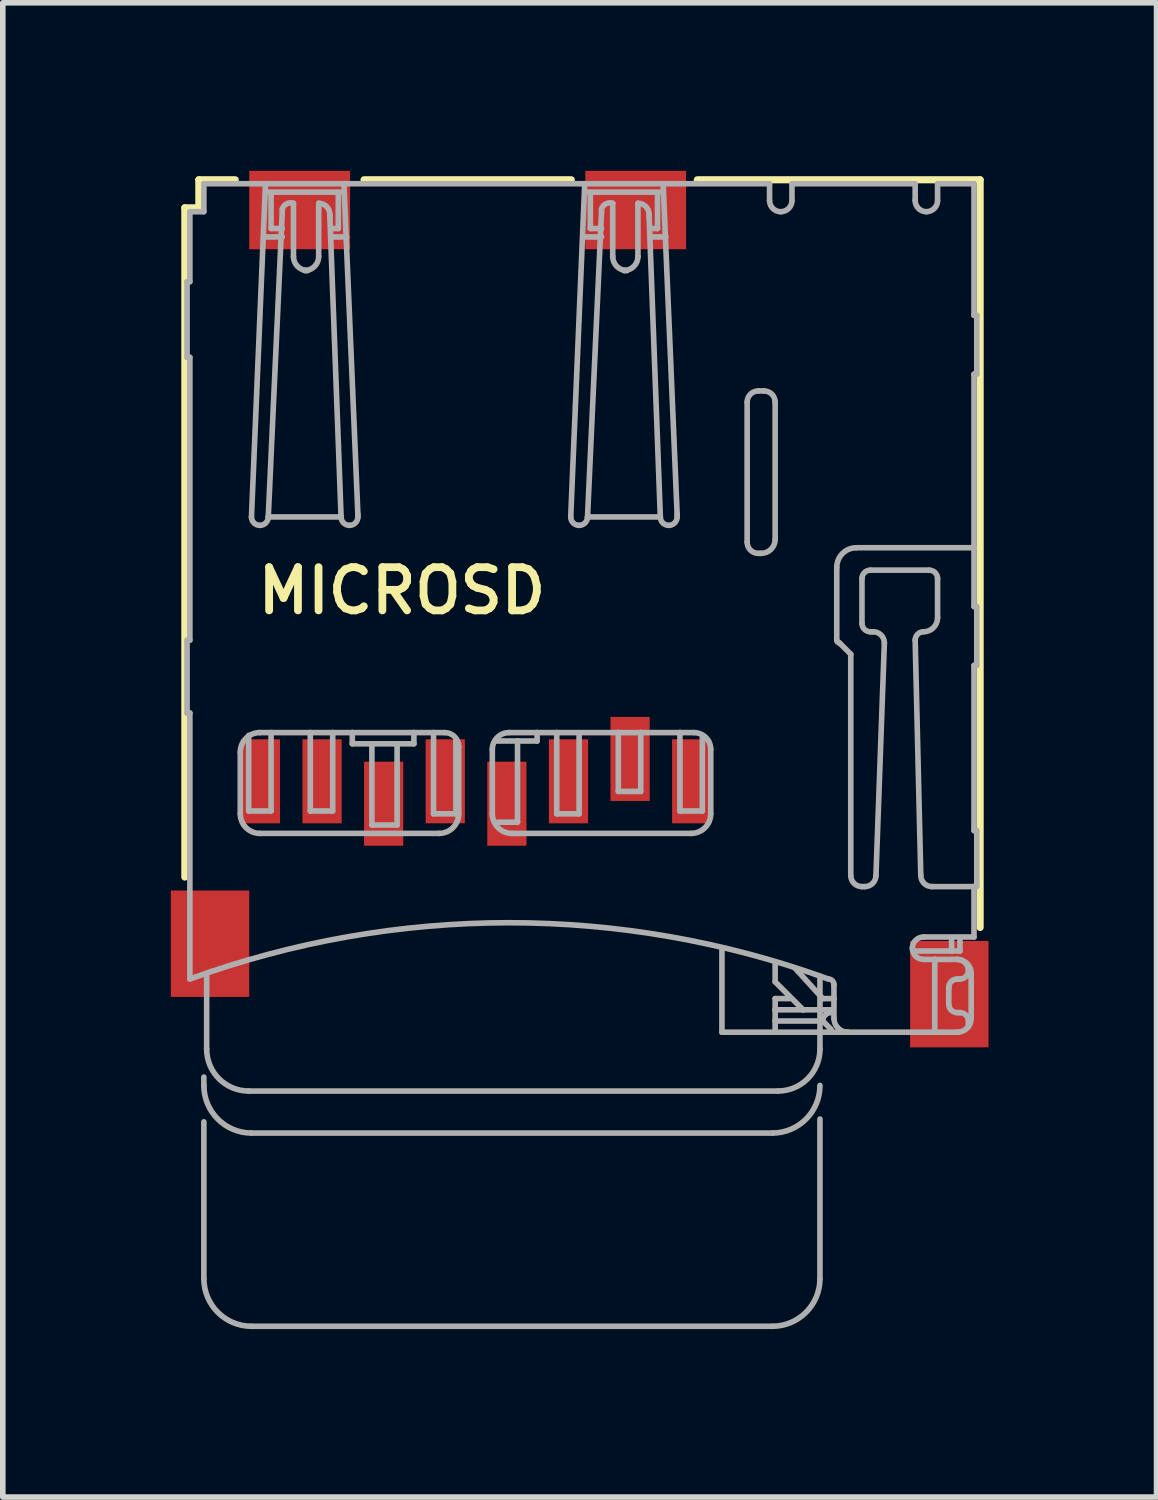
<source format=kicad_pcb>
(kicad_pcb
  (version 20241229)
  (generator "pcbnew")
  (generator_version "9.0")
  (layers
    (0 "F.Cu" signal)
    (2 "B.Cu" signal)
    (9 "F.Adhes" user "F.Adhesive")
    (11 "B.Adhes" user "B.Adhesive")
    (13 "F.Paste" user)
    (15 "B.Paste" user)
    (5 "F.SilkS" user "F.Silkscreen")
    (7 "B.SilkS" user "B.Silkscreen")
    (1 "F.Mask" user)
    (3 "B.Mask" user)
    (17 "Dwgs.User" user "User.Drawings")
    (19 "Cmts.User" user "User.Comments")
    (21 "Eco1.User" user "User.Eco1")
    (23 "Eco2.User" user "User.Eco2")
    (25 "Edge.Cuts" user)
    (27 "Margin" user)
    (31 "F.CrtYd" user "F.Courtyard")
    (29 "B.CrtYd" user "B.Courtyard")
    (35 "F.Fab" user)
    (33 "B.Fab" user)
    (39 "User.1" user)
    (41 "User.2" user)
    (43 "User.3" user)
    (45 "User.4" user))
  (footprint "MICROSD"
    (layer "F.Cu")
    (at 0.3 0.26)
    (property "Reference" "MICROSD" (at 1.18 7.69 0) (layer "F.SilkS") (effects (font (size 0.772 0.772) (thickness 0.139)) (justify left bottom)))
    (attr through_hole)
    (fp_line (start -0.05 0.4) (end -0.05 12.35) (stroke (width 0.127) (type solid)) (layer "F.SilkS"))
    (fp_line (start 0.2 -0.1) (end 0.2 0.4) (stroke (width 0.127) (type solid)) (layer "F.SilkS"))
    (fp_line (start 0.2 0.4) (end -0.05 0.4) (stroke (width 0.127) (type solid)) (layer "F.SilkS"))
    (fp_line (start 0.85 -0.1) (end 0.2 -0.1) (stroke (width 0.127) (type solid)) (layer "F.SilkS"))
    (fp_line (start 3.15 -0.1) (end 6.85 -0.1) (stroke (width 0.127) (type solid)) (layer "F.SilkS"))
    (fp_line (start 9.1 -0.1) (end 14.15 -0.1) (stroke (width 0.127) (type solid)) (layer "F.SilkS"))
    (fp_line (start 14.15 -0.1) (end 14.15 13.25) (stroke (width 0.127) (type solid)) (layer "F.SilkS"))
    (fp_line (start -0.01 1.72) (end -0.01 3.07) (stroke (width 0.1) (type solid)) (layer "F.Fab"))
    (fp_line (start -0.01 3.07) (end 0.04 3.07) (stroke (width 0.1) (type solid)) (layer "F.Fab"))
    (fp_line (start -0.01 8.12) (end -0.01 9.42) (stroke (width 0.1) (type solid)) (layer "F.Fab"))
    (fp_line (start -0.01 9.42) (end 0.04 9.42) (stroke (width 0.1) (type solid)) (layer "F.Fab"))
    (fp_line (start 0.04 0.47) (end 0.04 1.72) (stroke (width 0.1) (type solid)) (layer "F.Fab"))
    (fp_line (start 0.04 1.72) (end -0.01 1.72) (stroke (width 0.1) (type solid)) (layer "F.Fab"))
    (fp_line (start 0.04 3.07) (end 0.04 8.12) (stroke (width 0.1) (type solid)) (layer "F.Fab"))
    (fp_line (start 0.04 8.12) (end -0.01 8.12) (stroke (width 0.1) (type solid)) (layer "F.Fab"))
    (fp_line (start 0.04 9.42) (end 0.04 14.17) (stroke (width 0.1) (type solid)) (layer "F.Fab"))
    (fp_line (start 0.29 -0.03) (end 0.29 0.47) (stroke (width 0.1) (type solid)) (layer "F.Fab"))
    (fp_line (start 0.29 0.47) (end 0.04 0.47) (stroke (width 0.1) (type solid)) (layer "F.Fab"))
    (fp_line (start 0.29 15.92) (end 0.29 16.07) (stroke (width 0.1) (type solid)) (layer "F.Fab"))
    (fp_line (start 0.29 16.72) (end 0.29 19.52) (stroke (width 0.1) (type solid)) (layer "F.Fab"))
    (fp_line (start 0.34 14.12) (end 0.34 15.42) (stroke (width 0.1) (type solid)) (layer "F.Fab"))
    (fp_line (start 0.94 11.22) (end 0.94 10.12) (stroke (width 0.1) (type solid)) (layer "F.Fab"))
    (fp_line (start 1.09 9.82) (end 1.09 11.17) (stroke (width 0.1) (type solid)) (layer "F.Fab"))
    (fp_line (start 1.09 11.17) (end 1.49 11.17) (stroke (width 0.1) (type solid)) (layer "F.Fab"))
    (fp_line (start 1.09 16.17) (end 10.54 16.17) (stroke (width 0.1) (type solid)) (layer "F.Fab"))
    (fp_line (start 1.14 5.92) (end 1.39 -0.03) (stroke (width 0.1) (type solid)) (layer "F.Fab"))
    (fp_line (start 1.14 16.92) (end 10.44 16.92) (stroke (width 0.1) (type solid)) (layer "F.Fab"))
    (fp_line (start 1.14 20.37) (end 10.44 20.37) (stroke (width 0.1) (type solid)) (layer "F.Fab"))
    (fp_line (start 1.29 9.77) (end 1.49 9.77) (stroke (width 0.1) (type solid)) (layer "F.Fab"))
    (fp_line (start 1.39 -0.03) (end 0.29 -0.03) (stroke (width 0.1) (type solid)) (layer "F.Fab"))
    (fp_line (start 1.44 0.12) (end 2.79 0.12) (stroke (width 0.1) (type solid)) (layer "F.Fab"))
    (fp_line (start 1.44 5.92) (end 2.74 5.92) (stroke (width 0.1) (type solid)) (layer "F.Fab"))
    (fp_line (start 1.49 0.77) (end 1.49 0.17) (stroke (width 0.1) (type solid)) (layer "F.Fab"))
    (fp_line (start 1.49 9.77) (end 2.19 9.77) (stroke (width 0.1) (type solid)) (layer "F.Fab"))
    (fp_line (start 1.49 11.17) (end 1.49 9.77) (stroke (width 0.1) (type solid)) (layer "F.Fab"))
    (fp_line (start 1.69 0.42) (end 1.69 0.47) (stroke (width 0.1) (type solid)) (layer "F.Fab"))
    (fp_line (start 1.69 0.47) (end 1.44 5.92) (stroke (width 0.1) (type solid)) (layer "F.Fab"))
    (fp_line (start 1.69 0.77) (end 1.49 0.77) (stroke (width 0.1) (type solid)) (layer "F.Fab"))
    (fp_line (start 1.69 0.92) (end 1.39 0.92) (stroke (width 0.1) (type solid)) (layer "F.Fab"))
    (fp_line (start 1.89 1.27) (end 1.89 0.32) (stroke (width 0.1) (type solid)) (layer "F.Fab"))
    (fp_line (start 2.09 1.52) (end 2.14 1.52) (stroke (width 0.1) (type solid)) (layer "F.Fab"))
    (fp_line (start 2.19 9.77) (end 2.19 11.17) (stroke (width 0.1) (type solid)) (layer "F.Fab"))
    (fp_line (start 2.19 9.77) (end 2.59 9.77) (stroke (width 0.1) (type solid)) (layer "F.Fab"))
    (fp_line (start 2.19 11.17) (end 2.59 11.17) (stroke (width 0.1) (type solid)) (layer "F.Fab"))
    (fp_line (start 2.34 0.32) (end 2.34 1.27) (stroke (width 0.1) (type solid)) (layer "F.Fab"))
    (fp_line (start 2.54 0.57) (end 2.54 0.52) (stroke (width 0.1) (type solid)) (layer "F.Fab"))
    (fp_line (start 2.59 0.77) (end 2.69 0.77) (stroke (width 0.1) (type solid)) (layer "F.Fab"))
    (fp_line (start 2.59 0.92) (end 2.84 0.92) (stroke (width 0.1) (type solid)) (layer "F.Fab"))
    (fp_line (start 2.59 9.77) (end 2.94 9.77) (stroke (width 0.1) (type solid)) (layer "F.Fab"))
    (fp_line (start 2.59 11.17) (end 2.59 9.77) (stroke (width 0.1) (type solid)) (layer "F.Fab"))
    (fp_line (start 2.69 0.77) (end 2.69 0.17) (stroke (width 0.1) (type solid)) (layer "F.Fab"))
    (fp_line (start 2.74 5.92) (end 2.54 0.57) (stroke (width 0.1) (type solid)) (layer "F.Fab"))
    (fp_line (start 2.79 -0.03) (end 1.39 -0.03) (stroke (width 0.1) (type solid)) (layer "F.Fab"))
    (fp_line (start 2.79 -0.03) (end 3.04 5.87) (stroke (width 0.1) (type solid)) (layer "F.Fab"))
    (fp_line (start 2.94 9.77) (end 2.94 9.97) (stroke (width 0.1) (type solid)) (layer "F.Fab"))
    (fp_line (start 2.94 9.77) (end 4.04 9.77) (stroke (width 0.1) (type solid)) (layer "F.Fab"))
    (fp_line (start 2.94 9.97) (end 3.29 9.97) (stroke (width 0.1) (type solid)) (layer "F.Fab"))
    (fp_line (start 3.04 5.87) (end 3.04 5.92) (stroke (width 0.1) (type solid)) (layer "F.Fab"))
    (fp_line (start 3.29 9.97) (end 3.29 11.42) (stroke (width 0.1) (type solid)) (layer "F.Fab"))
    (fp_line (start 3.29 9.97) (end 3.74 9.97) (stroke (width 0.1) (type solid)) (layer "F.Fab"))
    (fp_line (start 3.29 11.42) (end 3.74 11.42) (stroke (width 0.1) (type solid)) (layer "F.Fab"))
    (fp_line (start 3.74 9.97) (end 4.04 9.97) (stroke (width 0.1) (type solid)) (layer "F.Fab"))
    (fp_line (start 3.74 11.42) (end 3.74 9.97) (stroke (width 0.1) (type solid)) (layer "F.Fab"))
    (fp_line (start 4.04 9.77) (end 4.39 9.77) (stroke (width 0.1) (type solid)) (layer "F.Fab"))
    (fp_line (start 4.04 9.97) (end 4.04 9.77) (stroke (width 0.1) (type solid)) (layer "F.Fab"))
    (fp_line (start 4.39 9.77) (end 4.39 11.22) (stroke (width 0.1) (type solid)) (layer "F.Fab"))
    (fp_line (start 4.39 9.77) (end 4.59 9.77) (stroke (width 0.1) (type solid)) (layer "F.Fab"))
    (fp_line (start 4.39 11.22) (end 4.79 11.22) (stroke (width 0.1) (type solid)) (layer "F.Fab"))
    (fp_line (start 4.49 11.57) (end 1.29 11.57) (stroke (width 0.1) (type solid)) (layer "F.Fab"))
    (fp_line (start 4.79 11.22) (end 4.79 9.92) (stroke (width 0.1) (type solid)) (layer "F.Fab"))
    (fp_line (start 4.84 10.02) (end 4.84 11.22) (stroke (width 0.1) (type solid)) (layer "F.Fab"))
    (fp_line (start 5.44 11.22) (end 5.44 10.07) (stroke (width 0.1) (type solid)) (layer "F.Fab"))
    (fp_line (start 5.49 9.92) (end 5.89 9.92) (stroke (width 0.1) (type solid)) (layer "F.Fab"))
    (fp_line (start 5.74 9.77) (end 6.24 9.77) (stroke (width 0.1) (type solid)) (layer "F.Fab"))
    (fp_line (start 5.89 9.92) (end 5.89 11.37) (stroke (width 0.1) (type solid)) (layer "F.Fab"))
    (fp_line (start 5.89 9.92) (end 6.24 9.92) (stroke (width 0.1) (type solid)) (layer "F.Fab"))
    (fp_line (start 5.89 11.37) (end 5.54 11.37) (stroke (width 0.1) (type solid)) (layer "F.Fab"))
    (fp_line (start 6.24 9.77) (end 6.59 9.77) (stroke (width 0.1) (type solid)) (layer "F.Fab"))
    (fp_line (start 6.24 9.92) (end 6.24 9.77) (stroke (width 0.1) (type solid)) (layer "F.Fab"))
    (fp_line (start 6.59 9.77) (end 6.59 11.22) (stroke (width 0.1) (type solid)) (layer "F.Fab"))
    (fp_line (start 6.59 9.77) (end 7.69 9.77) (stroke (width 0.1) (type solid)) (layer "F.Fab"))
    (fp_line (start 6.59 11.22) (end 6.99 11.22) (stroke (width 0.1) (type solid)) (layer "F.Fab"))
    (fp_line (start 6.84 5.92) (end 7.09 -0.03) (stroke (width 0.1) (type solid)) (layer "F.Fab"))
    (fp_line (start 6.99 11.22) (end 6.99 9.82) (stroke (width 0.1) (type solid)) (layer "F.Fab"))
    (fp_line (start 7.14 0.12) (end 8.49 0.12) (stroke (width 0.1) (type solid)) (layer "F.Fab"))
    (fp_line (start 7.14 5.92) (end 8.44 5.92) (stroke (width 0.1) (type solid)) (layer "F.Fab"))
    (fp_line (start 7.19 0.77) (end 7.19 0.17) (stroke (width 0.1) (type solid)) (layer "F.Fab"))
    (fp_line (start 7.39 0.42) (end 7.39 0.47) (stroke (width 0.1) (type solid)) (layer "F.Fab"))
    (fp_line (start 7.39 0.47) (end 7.14 5.92) (stroke (width 0.1) (type solid)) (layer "F.Fab"))
    (fp_line (start 7.39 0.77) (end 7.19 0.77) (stroke (width 0.1) (type solid)) (layer "F.Fab"))
    (fp_line (start 7.39 0.92) (end 7.09 0.92) (stroke (width 0.1) (type solid)) (layer "F.Fab"))
    (fp_line (start 7.59 1.27) (end 7.59 0.32) (stroke (width 0.1) (type solid)) (layer "F.Fab"))
    (fp_line (start 7.69 9.77) (end 7.69 10.82) (stroke (width 0.1) (type solid)) (layer "F.Fab"))
    (fp_line (start 7.69 9.77) (end 8.09 9.77) (stroke (width 0.1) (type solid)) (layer "F.Fab"))
    (fp_line (start 7.69 10.82) (end 8.09 10.82) (stroke (width 0.1) (type solid)) (layer "F.Fab"))
    (fp_line (start 7.79 1.52) (end 7.84 1.52) (stroke (width 0.1) (type solid)) (layer "F.Fab"))
    (fp_line (start 8.04 0.32) (end 8.04 1.27) (stroke (width 0.1) (type solid)) (layer "F.Fab"))
    (fp_line (start 8.09 9.77) (end 8.79 9.77) (stroke (width 0.1) (type solid)) (layer "F.Fab"))
    (fp_line (start 8.09 10.82) (end 8.09 9.77) (stroke (width 0.1) (type solid)) (layer "F.Fab"))
    (fp_line (start 8.24 0.57) (end 8.24 0.52) (stroke (width 0.1) (type solid)) (layer "F.Fab"))
    (fp_line (start 8.29 0.77) (end 8.39 0.77) (stroke (width 0.1) (type solid)) (layer "F.Fab"))
    (fp_line (start 8.29 0.92) (end 8.54 0.92) (stroke (width 0.1) (type solid)) (layer "F.Fab"))
    (fp_line (start 8.39 0.77) (end 8.39 0.17) (stroke (width 0.1) (type solid)) (layer "F.Fab"))
    (fp_line (start 8.44 5.92) (end 8.24 0.57) (stroke (width 0.1) (type solid)) (layer "F.Fab"))
    (fp_line (start 8.49 -0.03) (end 8.74 5.87) (stroke (width 0.1) (type solid)) (layer "F.Fab"))
    (fp_line (start 8.74 5.87) (end 8.74 5.92) (stroke (width 0.1) (type solid)) (layer "F.Fab"))
    (fp_line (start 8.79 9.77) (end 8.79 11.17) (stroke (width 0.1) (type solid)) (layer "F.Fab"))
    (fp_line (start 8.79 9.77) (end 9.04 9.77) (stroke (width 0.1) (type solid)) (layer "F.Fab"))
    (fp_line (start 8.79 11.17) (end 9.19 11.17) (stroke (width 0.1) (type solid)) (layer "F.Fab"))
    (fp_line (start 8.99 11.57) (end 5.79 11.57) (stroke (width 0.1) (type solid)) (layer "F.Fab"))
    (fp_line (start 9.19 11.17) (end 9.19 9.82) (stroke (width 0.1) (type solid)) (layer "F.Fab"))
    (fp_line (start 9.34 10.07) (end 9.34 11.22) (stroke (width 0.1) (type solid)) (layer "F.Fab"))
    (fp_line (start 9.54 15.12) (end 9.54 13.62) (stroke (width 0.1) (type solid)) (layer "F.Fab"))
    (fp_line (start 9.99 6.37) (end 9.99 3.87) (stroke (width 0.1) (type solid)) (layer "F.Fab"))
    (fp_line (start 10.19 3.67) (end 10.29 3.67) (stroke (width 0.1) (type solid)) (layer "F.Fab"))
    (fp_line (start 10.24 6.57) (end 10.19 6.57) (stroke (width 0.1) (type solid)) (layer "F.Fab"))
    (fp_line (start 10.39 -0.03) (end 2.79 -0.03) (stroke (width 0.1) (type solid)) (layer "F.Fab"))
    (fp_line (start 10.39 0.27) (end 10.39 -0.03) (stroke (width 0.1) (type solid)) (layer "F.Fab"))
    (fp_line (start 10.49 3.87) (end 10.49 6.32) (stroke (width 0.1) (type solid)) (layer "F.Fab"))
    (fp_line (start 10.49 13.87) (end 10.49 14.22) (stroke (width 0.1) (type solid)) (layer "F.Fab"))
    (fp_line (start 10.49 14.22) (end 10.99 14.72) (stroke (width 0.1) (type solid)) (layer "F.Fab"))
    (fp_line (start 10.49 14.52) (end 10.74 14.52) (stroke (width 0.1) (type solid)) (layer "F.Fab"))
    (fp_line (start 10.49 14.72) (end 10.49 14.52) (stroke (width 0.1) (type solid)) (layer "F.Fab"))
    (fp_line (start 10.49 14.92) (end 10.49 14.72) (stroke (width 0.1) (type solid)) (layer "F.Fab"))
    (fp_line (start 10.49 14.92) (end 11.34 14.92) (stroke (width 0.1) (type solid)) (layer "F.Fab"))
    (fp_line (start 10.49 15.12) (end 9.54 15.12) (stroke (width 0.1) (type solid)) (layer "F.Fab"))
    (fp_line (start 10.49 15.12) (end 10.49 14.92) (stroke (width 0.1) (type solid)) (layer "F.Fab"))
    (fp_line (start 10.79 -0.03) (end 10.79 0.27) (stroke (width 0.1) (type solid)) (layer "F.Fab"))
    (fp_line (start 10.99 14.72) (end 10.49 14.72) (stroke (width 0.1) (type solid)) (layer "F.Fab"))
    (fp_line (start 10.99 14.72) (end 11.49 14.72) (stroke (width 0.1) (type solid)) (layer "F.Fab"))
    (fp_line (start 11.29 15.42) (end 11.29 14.12) (stroke (width 0.1) (type solid)) (layer "F.Fab"))
    (fp_line (start 11.29 19.52) (end 11.29 16.67) (stroke (width 0.1) (type solid)) (layer "F.Fab"))
    (fp_line (start 11.34 14.52) (end 10.84 13.97) (stroke (width 0.1) (type solid)) (layer "F.Fab"))
    (fp_line (start 11.49 15.07) (end 11.34 14.92) (stroke (width 0.1) (type solid)) (layer "F.Fab"))
    (fp_line (start 11.54 14.27) (end 11.54 14.52) (stroke (width 0.1) (type solid)) (layer "F.Fab"))
    (fp_line (start 11.54 14.52) (end 11.34 14.52) (stroke (width 0.1) (type solid)) (layer "F.Fab"))
    (fp_line (start 11.54 14.52) (end 11.54 14.87) (stroke (width 0.1) (type solid)) (layer "F.Fab"))
    (fp_line (start 11.59 8.12) (end 11.59 6.82) (stroke (width 0.1) (type solid)) (layer "F.Fab"))
    (fp_line (start 11.79 15.12) (end 10.49 15.12) (stroke (width 0.1) (type solid)) (layer "F.Fab"))
    (fp_line (start 11.79 15.12) (end 13.34 15.12) (stroke (width 0.1) (type solid)) (layer "F.Fab"))
    (fp_line (start 11.84 8.37) (end 11.64 8.17) (stroke (width 0.1) (type solid)) (layer "F.Fab"))
    (fp_line (start 11.84 12.32) (end 11.84 8.37) (stroke (width 0.1) (type solid)) (layer "F.Fab"))
    (fp_line (start 11.94 6.47) (end 14.04 6.47) (stroke (width 0.1) (type solid)) (layer "F.Fab"))
    (fp_line (start 12.04 7.02) (end 12.04 7.82) (stroke (width 0.1) (type solid)) (layer "F.Fab"))
    (fp_line (start 12.09 12.52) (end 12.04 12.52) (stroke (width 0.1) (type solid)) (layer "F.Fab"))
    (fp_line (start 12.19 7.97) (end 12.24 7.97) (stroke (width 0.1) (type solid)) (layer "F.Fab"))
    (fp_line (start 12.44 8.17) (end 12.29 12.32) (stroke (width 0.1) (type solid)) (layer "F.Fab"))
    (fp_line (start 12.99 -0.03) (end 10.79 -0.03) (stroke (width 0.1) (type solid)) (layer "F.Fab"))
    (fp_line (start 12.99 0.27) (end 12.99 -0.03) (stroke (width 0.1) (type solid)) (layer "F.Fab"))
    (fp_line (start 12.99 13.67) (end 13.64 13.67) (stroke (width 0.1) (type solid)) (layer "F.Fab"))
    (fp_line (start 13.09 12.32) (end 12.99 8.12) (stroke (width 0.1) (type solid)) (layer "F.Fab"))
    (fp_line (start 13.14 13.42) (end 14.04 13.42) (stroke (width 0.1) (type solid)) (layer "F.Fab"))
    (fp_line (start 13.24 6.87) (end 12.19 6.87) (stroke (width 0.1) (type solid)) (layer "F.Fab"))
    (fp_line (start 13.34 13.82) (end 13.14 13.82) (stroke (width 0.1) (type solid)) (layer "F.Fab"))
    (fp_line (start 13.34 13.82) (end 13.34 15.12) (stroke (width 0.1) (type solid)) (layer "F.Fab"))
    (fp_line (start 13.34 15.12) (end 13.74 15.12) (stroke (width 0.1) (type solid)) (layer "F.Fab"))
    (fp_line (start 13.39 -0.03) (end 13.39 0.27) (stroke (width 0.1) (type solid)) (layer "F.Fab"))
    (fp_line (start 13.39 7.72) (end 13.39 7.02) (stroke (width 0.1) (type solid)) (layer "F.Fab"))
    (fp_line (start 13.59 14.62) (end 13.59 14.32) (stroke (width 0.1) (type solid)) (layer "F.Fab"))
    (fp_line (start 13.64 13.67) (end 13.64 13.47) (stroke (width 0.1) (type solid)) (layer "F.Fab"))
    (fp_line (start 13.64 13.67) (end 13.79 13.67) (stroke (width 0.1) (type solid)) (layer "F.Fab"))
    (fp_line (start 13.74 13.82) (end 13.34 13.82) (stroke (width 0.1) (type solid)) (layer "F.Fab"))
    (fp_line (start 13.74 14.17) (end 13.79 14.17) (stroke (width 0.1) (type solid)) (layer "F.Fab"))
    (fp_line (start 13.79 13.47) (end 13.79 13.67) (stroke (width 0.1) (type solid)) (layer "F.Fab"))
    (fp_line (start 13.79 14.77) (end 13.74 14.77) (stroke (width 0.1) (type solid)) (layer "F.Fab"))
    (fp_line (start 13.94 15.02) (end 13.94 14.92) (stroke (width 0.1) (type solid)) (layer "F.Fab"))
    (fp_line (start 13.99 14.87) (end 13.99 14.07) (stroke (width 0.1) (type solid)) (layer "F.Fab"))
    (fp_line (start 14.04 -0.03) (end 13.39 -0.03) (stroke (width 0.1) (type solid)) (layer "F.Fab"))
    (fp_line (start 14.04 2.32) (end 14.04 -0.03) (stroke (width 0.1) (type solid)) (layer "F.Fab"))
    (fp_line (start 14.04 3.37) (end 14.09 3.37) (stroke (width 0.1) (type solid)) (layer "F.Fab"))
    (fp_line (start 14.04 6.47) (end 14.04 3.37) (stroke (width 0.1) (type solid)) (layer "F.Fab"))
    (fp_line (start 14.04 7.52) (end 14.04 6.47) (stroke (width 0.1) (type solid)) (layer "F.Fab"))
    (fp_line (start 14.04 8.57) (end 14.09 8.57) (stroke (width 0.1) (type solid)) (layer "F.Fab"))
    (fp_line (start 14.04 11.52) (end 14.04 8.57) (stroke (width 0.1) (type solid)) (layer "F.Fab"))
    (fp_line (start 14.04 12.52) (end 13.29 12.52) (stroke (width 0.1) (type solid)) (layer "F.Fab"))
    (fp_line (start 14.04 12.52) (end 14.09 12.52) (stroke (width 0.1) (type solid)) (layer "F.Fab"))
    (fp_line (start 14.04 13.42) (end 14.04 12.52) (stroke (width 0.1) (type solid)) (layer "F.Fab"))
    (fp_line (start 14.09 2.32) (end 14.04 2.32) (stroke (width 0.1) (type solid)) (layer "F.Fab"))
    (fp_line (start 14.09 3.37) (end 14.09 2.32) (stroke (width 0.1) (type solid)) (layer "F.Fab"))
    (fp_line (start 14.09 7.52) (end 14.04 7.52) (stroke (width 0.1) (type solid)) (layer "F.Fab"))
    (fp_line (start 14.09 8.57) (end 14.09 7.52) (stroke (width 0.1) (type solid)) (layer "F.Fab"))
    (fp_line (start 14.09 11.52) (end 14.04 11.52) (stroke (width 0.1) (type solid)) (layer "F.Fab"))
    (fp_line (start 14.09 12.52) (end 14.09 11.52) (stroke (width 0.1) (type solid)) (layer "F.Fab"))
    (fp_arc (start 0.04 14.17) (mid 5.74 13.164936) (end 11.44 14.17) (stroke (width 0.1) (type solid)) (layer "F.Fab"))
    (fp_arc (start 0.94 10.12) (mid 1.042513 9.872513) (end 1.29 9.77) (stroke (width 0.1) (type solid)) (layer "F.Fab"))
    (fp_arc (start 1.09 16.17) (mid 0.55967 15.95033) (end 0.34 15.42) (stroke (width 0.1) (type solid)) (layer "F.Fab"))
    (fp_arc (start 1.14 16.92) (mid 0.538959 16.671041) (end 0.29 16.07) (stroke (width 0.1) (type solid)) (layer "F.Fab"))
    (fp_arc (start 1.14 20.37) (mid 0.538959 20.121041) (end 0.29 19.52) (stroke (width 0.1) (type solid)) (layer "F.Fab"))
    (fp_arc (start 1.29 6.07) (mid 1.183934 6.026066) (end 1.14 5.92) (stroke (width 0.1) (type solid)) (layer "F.Fab"))
    (fp_arc (start 1.29 11.57) (mid 1.042513 11.467487) (end 0.94 11.22) (stroke (width 0.1) (type solid)) (layer "F.Fab"))
    (fp_arc (start 1.44 5.92) (mid 1.396066 6.026066) (end 1.29 6.07) (stroke (width 0.1) (type solid)) (layer "F.Fab"))
    (fp_arc (start 1.69 0.42) (mid 1.769289 0.328579) (end 1.89 0.32) (stroke (width 0.1) (type solid)) (layer "F.Fab"))
    (fp_arc (start 2.14 1.52) (mid 1.963223 1.446777) (end 1.89 1.27) (stroke (width 0.1) (type solid)) (layer "F.Fab"))
    (fp_arc (start 2.34 0.32) (mid 2.481421 0.378579) (end 2.54 0.52) (stroke (width 0.1) (type solid)) (layer "F.Fab"))
    (fp_arc (start 2.34 1.27) (mid 2.266777 1.446777) (end 2.09 1.52) (stroke (width 0.1) (type solid)) (layer "F.Fab"))
    (fp_arc (start 2.89 6.07) (mid 2.783934 6.026066) (end 2.74 5.92) (stroke (width 0.1) (type solid)) (layer "F.Fab"))
    (fp_arc (start 3.04 5.92) (mid 2.996066 6.026066) (end 2.89 6.07) (stroke (width 0.1) (type solid)) (layer "F.Fab"))
    (fp_arc (start 4.59 9.77) (mid 4.766777 9.843223) (end 4.84 10.02) (stroke (width 0.1) (type solid)) (layer "F.Fab"))
    (fp_arc (start 4.84 11.22) (mid 4.737487 11.467487) (end 4.49 11.57) (stroke (width 0.1) (type solid)) (layer "F.Fab"))
    (fp_arc (start 5.44 10.07) (mid 5.527868 9.857868) (end 5.74 9.77) (stroke (width 0.1) (type solid)) (layer "F.Fab"))
    (fp_arc (start 5.79 11.57) (mid 5.542513 11.467487) (end 5.44 11.22) (stroke (width 0.1) (type solid)) (layer "F.Fab"))
    (fp_arc (start 6.99 6.07) (mid 6.883934 6.026066) (end 6.84 5.92) (stroke (width 0.1) (type solid)) (layer "F.Fab"))
    (fp_arc (start 7.14 5.92) (mid 7.096066 6.026066) (end 6.99 6.07) (stroke (width 0.1) (type solid)) (layer "F.Fab"))
    (fp_arc (start 7.39 0.42) (mid 7.469289 0.328579) (end 7.59 0.32) (stroke (width 0.1) (type solid)) (layer "F.Fab"))
    (fp_arc (start 7.84 1.52) (mid 7.663223 1.446777) (end 7.59 1.27) (stroke (width 0.1) (type solid)) (layer "F.Fab"))
    (fp_arc (start 8.04 0.32) (mid 8.181421 0.378579) (end 8.24 0.52) (stroke (width 0.1) (type solid)) (layer "F.Fab"))
    (fp_arc (start 8.04 1.27) (mid 7.966777 1.446777) (end 7.79 1.52) (stroke (width 0.1) (type solid)) (layer "F.Fab"))
    (fp_arc (start 8.59 6.07) (mid 8.483934 6.026066) (end 8.44 5.92) (stroke (width 0.1) (type solid)) (layer "F.Fab"))
    (fp_arc (start 8.74 5.92) (mid 8.696066 6.026066) (end 8.59 6.07) (stroke (width 0.1) (type solid)) (layer "F.Fab"))
    (fp_arc (start 9.04 9.77) (mid 9.252132 9.857868) (end 9.34 10.07) (stroke (width 0.1) (type solid)) (layer "F.Fab"))
    (fp_arc (start 9.34 11.22) (mid 9.237487 11.467487) (end 8.99 11.57) (stroke (width 0.1) (type solid)) (layer "F.Fab"))
    (fp_arc (start 9.99 3.87) (mid 10.048579 3.728579) (end 10.19 3.67) (stroke (width 0.1) (type solid)) (layer "F.Fab"))
    (fp_arc (start 10.19 6.57) (mid 10.048579 6.511421) (end 9.99 6.37) (stroke (width 0.1) (type solid)) (layer "F.Fab"))
    (fp_arc (start 10.29 3.67) (mid 10.431421 3.728579) (end 10.49 3.87) (stroke (width 0.1) (type solid)) (layer "F.Fab"))
    (fp_arc (start 10.49 6.32) (mid 10.416777 6.496777) (end 10.24 6.57) (stroke (width 0.1) (type solid)) (layer "F.Fab"))
    (fp_arc (start 10.59 0.47) (mid 10.448579 0.411421) (end 10.39 0.27) (stroke (width 0.1) (type solid)) (layer "F.Fab"))
    (fp_arc (start 10.79 0.27) (mid 10.731421 0.411421) (end 10.59 0.47) (stroke (width 0.1) (type solid)) (layer "F.Fab"))
    (fp_arc (start 11.29 15.42) (mid 11.07033 15.95033) (end 10.54 16.17) (stroke (width 0.1) (type solid)) (layer "F.Fab"))
    (fp_arc (start 11.29 16.07) (mid 11.041041 16.671041) (end 10.44 16.92) (stroke (width 0.1) (type solid)) (layer "F.Fab"))
    (fp_arc (start 11.29 19.52) (mid 11.041041 20.121041) (end 10.44 20.37) (stroke (width 0.1) (type solid)) (layer "F.Fab"))
    (fp_arc (start 11.34 14.92) (mid 11.383934 14.813934) (end 11.49 14.77) (stroke (width 0.1) (type solid)) (layer "F.Fab"))
    (fp_arc (start 11.44 14.17) (mid 11.510711 14.199289) (end 11.54 14.27) (stroke (width 0.1) (type solid)) (layer "F.Fab"))
    (fp_arc (start 11.59 6.82) (mid 11.692513 6.572513) (end 11.94 6.47) (stroke (width 0.1) (type solid)) (layer "F.Fab"))
    (fp_arc (start 11.64 8.17) (mid 11.604645 8.155355) (end 11.59 8.12) (stroke (width 0.1) (type solid)) (layer "F.Fab"))
    (fp_arc (start 11.79 15.12) (mid 11.613223 15.046777) (end 11.54 14.87) (stroke (width 0.1) (type solid)) (layer "F.Fab"))
    (fp_arc (start 12.04 7.02) (mid 12.083934 6.913934) (end 12.19 6.87) (stroke (width 0.1) (type solid)) (layer "F.Fab"))
    (fp_arc (start 12.04 12.52) (mid 11.898579 12.461421) (end 11.84 12.32) (stroke (width 0.1) (type solid)) (layer "F.Fab"))
    (fp_arc (start 12.19 7.97) (mid 12.083934 7.926066) (end 12.04 7.82) (stroke (width 0.1) (type solid)) (layer "F.Fab"))
    (fp_arc (start 12.24 7.97) (mid 12.381421 8.028579) (end 12.44 8.17) (stroke (width 0.1) (type solid)) (layer "F.Fab"))
    (fp_arc (start 12.29 12.32) (mid 12.231421 12.461421) (end 12.09 12.52) (stroke (width 0.1) (type solid)) (layer "F.Fab"))
    (fp_arc (start 12.94 13.62) (mid 12.998579 13.478579) (end 13.14 13.42) (stroke (width 0.1) (type solid)) (layer "F.Fab"))
    (fp_arc (start 12.99 8.12) (mid 13.033934 8.013934) (end 13.14 7.97) (stroke (width 0.1) (type solid)) (layer "F.Fab"))
    (fp_arc (start 13.14 13.82) (mid 12.998579 13.761421) (end 12.94 13.62) (stroke (width 0.1) (type solid)) (layer "F.Fab"))
    (fp_arc (start 13.19 0.47) (mid 13.048579 0.411421) (end 12.99 0.27) (stroke (width 0.1) (type solid)) (layer "F.Fab"))
    (fp_arc (start 13.24 6.87) (mid 13.346066 6.913934) (end 13.39 7.02) (stroke (width 0.1) (type solid)) (layer "F.Fab"))
    (fp_arc (start 13.29 12.52) (mid 13.148579 12.461421) (end 13.09 12.32) (stroke (width 0.1) (type solid)) (layer "F.Fab"))
    (fp_arc (start 13.39 0.27) (mid 13.331421 0.411421) (end 13.19 0.47) (stroke (width 0.1) (type solid)) (layer "F.Fab"))
    (fp_arc (start 13.39 7.72) (mid 13.316777 7.896777) (end 13.14 7.97) (stroke (width 0.1) (type solid)) (layer "F.Fab"))
    (fp_arc (start 13.59 14.32) (mid 13.633934 14.213934) (end 13.74 14.17) (stroke (width 0.1) (type solid)) (layer "F.Fab"))
    (fp_arc (start 13.74 13.82) (mid 13.881421 13.878579) (end 13.94 14.02) (stroke (width 0.1) (type solid)) (layer "F.Fab"))
    (fp_arc (start 13.74 13.82) (mid 13.916777 13.893223) (end 13.99 14.07) (stroke (width 0.1) (type solid)) (layer "F.Fab"))
    (fp_arc (start 13.74 14.77) (mid 13.633934 14.726066) (end 13.59 14.62) (stroke (width 0.1) (type solid)) (layer "F.Fab"))
    (fp_arc (start 13.79 14.77) (mid 13.896066 14.813934) (end 13.94 14.92) (stroke (width 0.1) (type solid)) (layer "F.Fab"))
    (fp_arc (start 13.94 14.02) (mid 13.896066 14.126066) (end 13.79 14.17) (stroke (width 0.1) (type solid)) (layer "F.Fab"))
    (fp_arc (start 13.94 15.019999) (mid 13.851803 15.093606) (end 13.74 15.12) (stroke (width 0.1) (type solid)) (layer "F.Fab"))
    (fp_arc (start 13.99 14.87) (mid 13.977171 14.949057) (end 13.94 15.02) (stroke (width 0.1) (type solid)) (layer "F.Fab"))
    (pad "1" smd rect (at 9 10.64) (size 0.7 1.5) (layers "F.Cu" "F.Mask" "F.Paste"))
    (pad "2" smd rect (at 7.9 10.24) (size 0.7 1.5) (layers "F.Cu" "F.Mask" "F.Paste"))
    (pad "3" smd rect (at 6.8 10.64) (size 0.7 1.5) (layers "F.Cu" "F.Mask" "F.Paste"))
    (pad "4" smd rect (at 5.7 11.04) (size 0.7 1.5) (layers "F.Cu" "F.Mask" "F.Paste"))
    (pad "5" smd rect (at 4.6 10.64) (size 0.7 1.5) (layers "F.Cu" "F.Mask" "F.Paste"))
    (pad "6" smd rect (at 3.5 11.04) (size 0.7 1.5) (layers "F.Cu" "F.Mask" "F.Paste"))
    (pad "7" smd rect (at 2.4 10.64) (size 0.7 1.5) (layers "F.Cu" "F.Mask" "F.Paste"))
    (pad "8" smd rect (at 1.3 10.64) (size 0.7 1.5) (layers "F.Cu" "F.Mask" "F.Paste"))
    (pad "CD1" smd rect (at 2 0.44 90) (size 1.4 1.8) (layers "F.Cu" "F.Mask" "F.Paste"))
    (pad "CD2" smd rect (at 8 0.44 90) (size 1.4 1.8) (layers "F.Cu" "F.Mask" "F.Paste"))
    (pad "MT1" smd rect (at 0.4 13.54) (size 1.4 1.9) (layers "F.Cu" "F.Mask" "F.Paste"))
    (pad "MT2" smd rect (at 13.6 14.44) (size 1.4 1.9) (layers "F.Cu" "F.Mask" "F.Paste")))
  (gr_rect
    (start -3 -3)
    (end 17.6 23.68)
    (stroke (width 0.1) (type default))
    (fill no)
    (layer "Edge.Cuts")))
</source>
